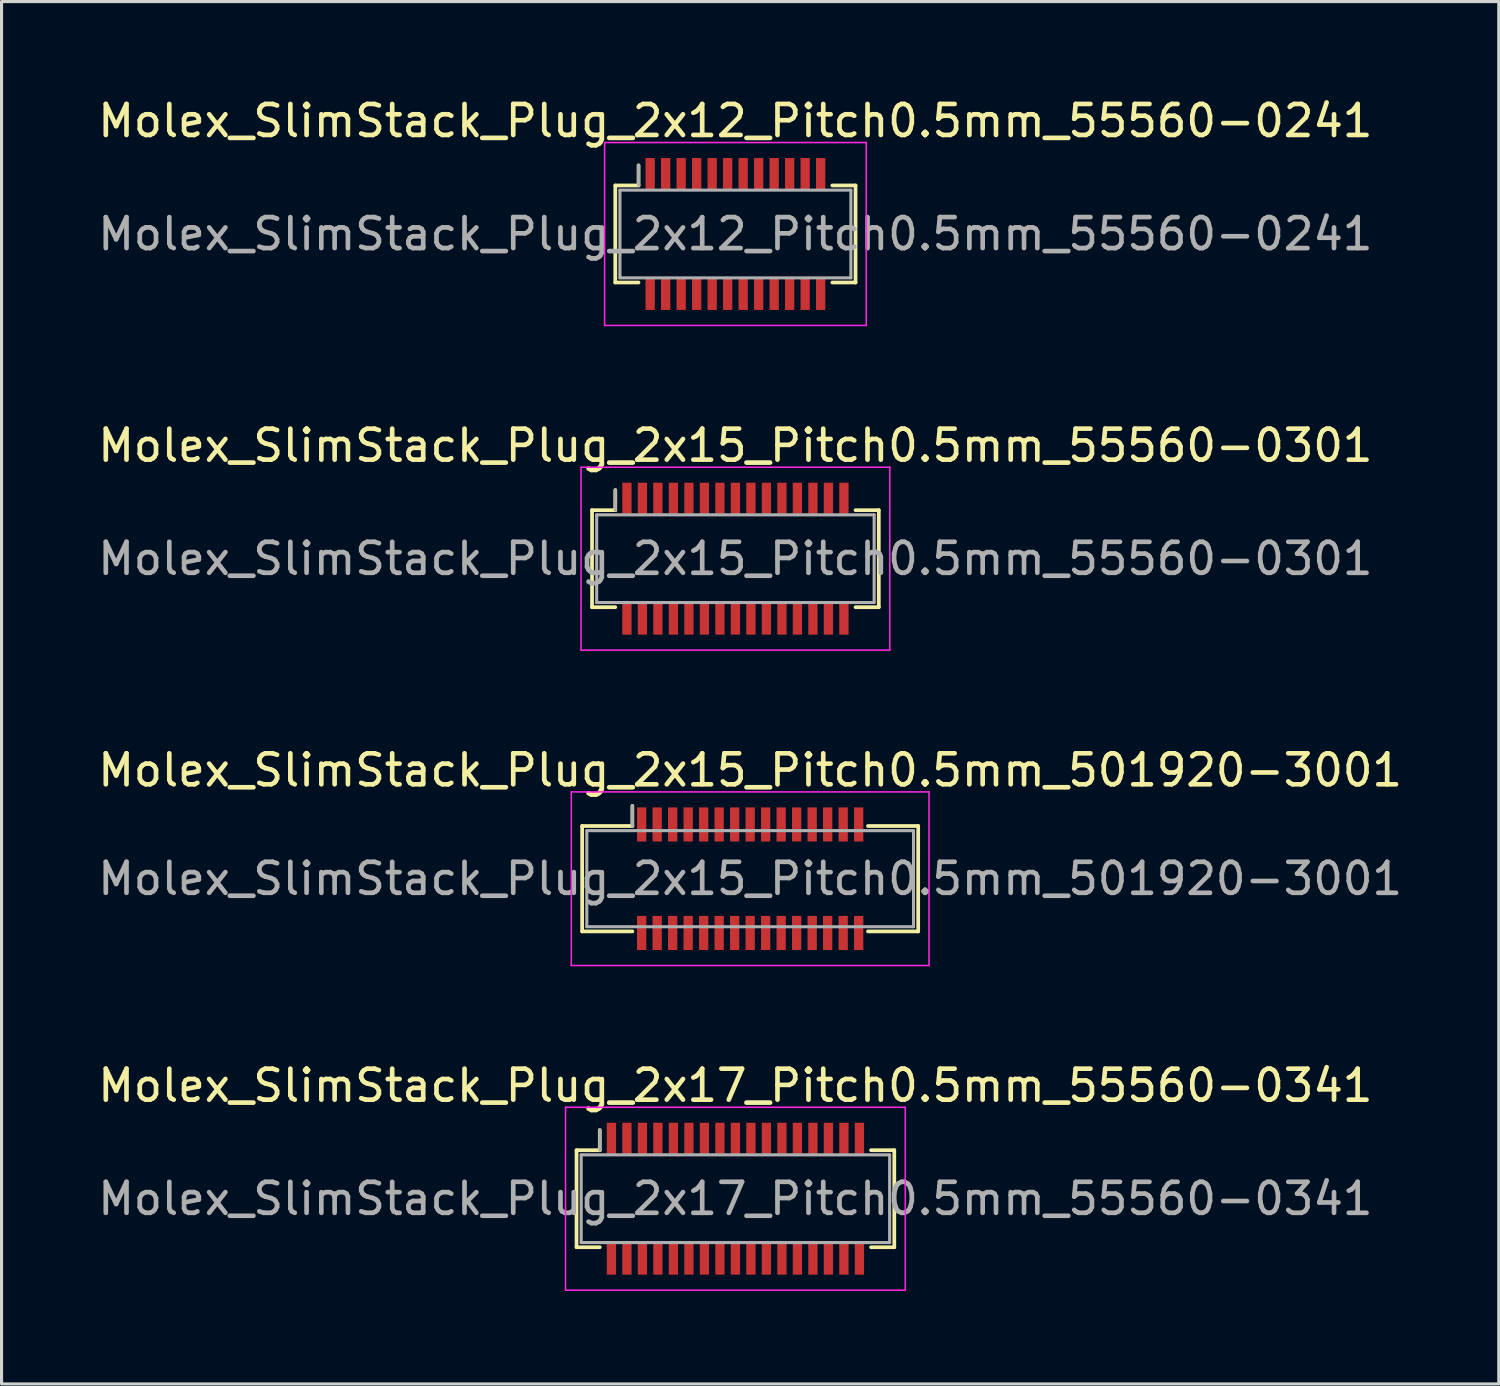
<source format=kicad_pcb>
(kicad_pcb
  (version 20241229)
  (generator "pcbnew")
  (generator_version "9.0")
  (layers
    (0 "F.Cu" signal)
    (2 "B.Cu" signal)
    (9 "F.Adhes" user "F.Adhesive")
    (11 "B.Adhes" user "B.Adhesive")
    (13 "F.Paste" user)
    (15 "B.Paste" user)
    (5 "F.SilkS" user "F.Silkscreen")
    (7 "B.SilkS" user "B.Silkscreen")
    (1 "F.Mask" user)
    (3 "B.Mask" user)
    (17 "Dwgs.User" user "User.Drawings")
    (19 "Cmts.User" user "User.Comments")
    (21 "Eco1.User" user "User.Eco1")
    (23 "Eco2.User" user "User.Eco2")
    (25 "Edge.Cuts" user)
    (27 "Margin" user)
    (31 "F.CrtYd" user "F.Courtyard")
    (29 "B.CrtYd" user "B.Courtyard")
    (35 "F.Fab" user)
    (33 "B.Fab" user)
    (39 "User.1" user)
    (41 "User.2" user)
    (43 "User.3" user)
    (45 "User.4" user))
  (footprint "Molex_SlimStack_Plug_2x17_Pitch0.5mm_55560-0341"
    (layer "F.Cu")
    (at 20.673 35.618)
    (property "Reference" "Molex_SlimStack_Plug_2x17_Pitch0.5mm_55560-0341" (at 0 -3.65 0) (layer "F.SilkS") (effects (font (size 1 1) (thickness 0.15))))
    (attr smd)
    (fp_line (start -5.125 -1.565) (end -4.375 -1.565) (stroke (width 0.12) (type solid)) (layer "F.SilkS"))
    (fp_line (start -5.125 1.565) (end -5.125 -1.565) (stroke (width 0.12) (type solid)) (layer "F.SilkS"))
    (fp_line (start -4.375 -1.565) (end -4.375 -2.215) (stroke (width 0.12) (type solid)) (layer "F.SilkS"))
    (fp_line (start -4.375 1.565) (end -5.125 1.565) (stroke (width 0.12) (type solid)) (layer "F.SilkS"))
    (fp_line (start 4.375 1.565) (end 5.125 1.565) (stroke (width 0.12) (type solid)) (layer "F.SilkS"))
    (fp_line (start 5.125 -1.565) (end 4.375 -1.565) (stroke (width 0.12) (type solid)) (layer "F.SilkS"))
    (fp_line (start 5.125 1.565) (end 5.125 -1.565) (stroke (width 0.12) (type solid)) (layer "F.SilkS"))
    (fp_line (start -5.48 -2.95) (end -5.48 2.95) (stroke (width 0.05) (type solid)) (layer "F.CrtYd"))
    (fp_line (start -5.48 2.95) (end 5.48 2.95) (stroke (width 0.05) (type solid)) (layer "F.CrtYd"))
    (fp_line (start 5.48 -2.95) (end -5.48 -2.95) (stroke (width 0.05) (type solid)) (layer "F.CrtYd"))
    (fp_line (start 5.48 2.95) (end 5.48 -2.95) (stroke (width 0.05) (type solid)) (layer "F.CrtYd"))
    (fp_line (start -4.975 -1.415) (end -4.975 1.415) (stroke (width 0.1) (type solid)) (layer "F.Fab"))
    (fp_line (start -4.975 1.415) (end 4.975 1.415) (stroke (width 0.1) (type solid)) (layer "F.Fab"))
    (fp_line (start -4.375 -1.565) (end -4.375 -2.215) (stroke (width 0.1) (type solid)) (layer "F.Fab"))
    (fp_line (start 4.975 -1.415) (end -4.975 -1.415) (stroke (width 0.1) (type solid)) (layer "F.Fab"))
    (fp_line (start 4.975 1.415) (end 4.975 -1.415) (stroke (width 0.1) (type solid)) (layer "F.Fab"))
    (fp_text user "${REFERENCE}" (at 0 0 0) (layer "F.Fab") (effects (font (size 1 1) (thickness 0.15))))
    (pad "1" smd rect (at -4 -1.95) (size 0.3 1) (layers "F.Cu" "F.Mask" "F.Paste"))
    (pad "2" smd rect (at -4 1.95) (size 0.3 1) (layers "F.Cu" "F.Mask" "F.Paste"))
    (pad "3" smd rect (at -3.5 -1.95) (size 0.3 1) (layers "F.Cu" "F.Mask" "F.Paste"))
    (pad "4" smd rect (at -3.5 1.95) (size 0.3 1) (layers "F.Cu" "F.Mask" "F.Paste"))
    (pad "5" smd rect (at -3 -1.95) (size 0.3 1) (layers "F.Cu" "F.Mask" "F.Paste"))
    (pad "6" smd rect (at -3 1.95) (size 0.3 1) (layers "F.Cu" "F.Mask" "F.Paste"))
    (pad "7" smd rect (at -2.5 -1.95) (size 0.3 1) (layers "F.Cu" "F.Mask" "F.Paste"))
    (pad "8" smd rect (at -2.5 1.95) (size 0.3 1) (layers "F.Cu" "F.Mask" "F.Paste"))
    (pad "9" smd rect (at -2 -1.95) (size 0.3 1) (layers "F.Cu" "F.Mask" "F.Paste"))
    (pad "10" smd rect (at -2 1.95) (size 0.3 1) (layers "F.Cu" "F.Mask" "F.Paste"))
    (pad "11" smd rect (at -1.5 -1.95) (size 0.3 1) (layers "F.Cu" "F.Mask" "F.Paste"))
    (pad "12" smd rect (at -1.5 1.95) (size 0.3 1) (layers "F.Cu" "F.Mask" "F.Paste"))
    (pad "13" smd rect (at -1 -1.95) (size 0.3 1) (layers "F.Cu" "F.Mask" "F.Paste"))
    (pad "14" smd rect (at -1 1.95) (size 0.3 1) (layers "F.Cu" "F.Mask" "F.Paste"))
    (pad "15" smd rect (at -0.5 -1.95) (size 0.3 1) (layers "F.Cu" "F.Mask" "F.Paste"))
    (pad "16" smd rect (at -0.5 1.95) (size 0.3 1) (layers "F.Cu" "F.Mask" "F.Paste"))
    (pad "17" smd rect (at 0 -1.95) (size 0.3 1) (layers "F.Cu" "F.Mask" "F.Paste"))
    (pad "18" smd rect (at 0 1.95) (size 0.3 1) (layers "F.Cu" "F.Mask" "F.Paste"))
    (pad "19" smd rect (at 0.5 -1.95) (size 0.3 1) (layers "F.Cu" "F.Mask" "F.Paste"))
    (pad "20" smd rect (at 0.5 1.95) (size 0.3 1) (layers "F.Cu" "F.Mask" "F.Paste"))
    (pad "21" smd rect (at 1 -1.95) (size 0.3 1) (layers "F.Cu" "F.Mask" "F.Paste"))
    (pad "22" smd rect (at 1 1.95) (size 0.3 1) (layers "F.Cu" "F.Mask" "F.Paste"))
    (pad "23" smd rect (at 1.5 -1.95) (size 0.3 1) (layers "F.Cu" "F.Mask" "F.Paste"))
    (pad "24" smd rect (at 1.5 1.95) (size 0.3 1) (layers "F.Cu" "F.Mask" "F.Paste"))
    (pad "25" smd rect (at 2 -1.95) (size 0.3 1) (layers "F.Cu" "F.Mask" "F.Paste"))
    (pad "26" smd rect (at 2 1.95) (size 0.3 1) (layers "F.Cu" "F.Mask" "F.Paste"))
    (pad "27" smd rect (at 2.5 -1.95) (size 0.3 1) (layers "F.Cu" "F.Mask" "F.Paste"))
    (pad "28" smd rect (at 2.5 1.95) (size 0.3 1) (layers "F.Cu" "F.Mask" "F.Paste"))
    (pad "29" smd rect (at 3 -1.95) (size 0.3 1) (layers "F.Cu" "F.Mask" "F.Paste"))
    (pad "30" smd rect (at 3 1.95) (size 0.3 1) (layers "F.Cu" "F.Mask" "F.Paste"))
    (pad "31" smd rect (at 3.5 -1.95) (size 0.3 1) (layers "F.Cu" "F.Mask" "F.Paste"))
    (pad "32" smd rect (at 3.5 1.95) (size 0.3 1) (layers "F.Cu" "F.Mask" "F.Paste"))
    (pad "33" smd rect (at 4 -1.95) (size 0.3 1) (layers "F.Cu" "F.Mask" "F.Paste"))
    (pad "34" smd rect (at 4 1.95) (size 0.3 1) (layers "F.Cu" "F.Mask" "F.Paste")))
  (footprint "Molex_SlimStack_Plug_2x15_Pitch0.5mm_55560-0301"
    (layer "F.Cu")
    (at 20.673 14.972)
    (property "Reference" "Molex_SlimStack_Plug_2x15_Pitch0.5mm_55560-0301" (at 0 -3.65 0) (layer "F.SilkS") (effects (font (size 1 1) (thickness 0.15))))
    (attr smd)
    (fp_line (start -4.625 -1.565) (end -3.875 -1.565) (stroke (width 0.12) (type solid)) (layer "F.SilkS"))
    (fp_line (start -4.625 1.565) (end -4.625 -1.565) (stroke (width 0.12) (type solid)) (layer "F.SilkS"))
    (fp_line (start -3.875 -1.565) (end -3.875 -2.215) (stroke (width 0.12) (type solid)) (layer "F.SilkS"))
    (fp_line (start -3.875 1.565) (end -4.625 1.565) (stroke (width 0.12) (type solid)) (layer "F.SilkS"))
    (fp_line (start 3.875 1.565) (end 4.625 1.565) (stroke (width 0.12) (type solid)) (layer "F.SilkS"))
    (fp_line (start 4.625 -1.565) (end 3.875 -1.565) (stroke (width 0.12) (type solid)) (layer "F.SilkS"))
    (fp_line (start 4.625 1.565) (end 4.625 -1.565) (stroke (width 0.12) (type solid)) (layer "F.SilkS"))
    (fp_line (start -4.98 -2.95) (end -4.98 2.95) (stroke (width 0.05) (type solid)) (layer "F.CrtYd"))
    (fp_line (start -4.98 2.95) (end 4.98 2.95) (stroke (width 0.05) (type solid)) (layer "F.CrtYd"))
    (fp_line (start 4.98 -2.95) (end -4.98 -2.95) (stroke (width 0.05) (type solid)) (layer "F.CrtYd"))
    (fp_line (start 4.98 2.95) (end 4.98 -2.95) (stroke (width 0.05) (type solid)) (layer "F.CrtYd"))
    (fp_line (start -4.475 -1.415) (end -4.475 1.415) (stroke (width 0.1) (type solid)) (layer "F.Fab"))
    (fp_line (start -4.475 1.415) (end 4.475 1.415) (stroke (width 0.1) (type solid)) (layer "F.Fab"))
    (fp_line (start -3.875 -1.565) (end -3.875 -2.215) (stroke (width 0.1) (type solid)) (layer "F.Fab"))
    (fp_line (start 4.475 -1.415) (end -4.475 -1.415) (stroke (width 0.1) (type solid)) (layer "F.Fab"))
    (fp_line (start 4.475 1.415) (end 4.475 -1.415) (stroke (width 0.1) (type solid)) (layer "F.Fab"))
    (fp_text user "${REFERENCE}" (at 0 0 0) (layer "F.Fab") (effects (font (size 1 1) (thickness 0.15))))
    (pad "1" smd rect (at -3.5 -1.95) (size 0.3 1) (layers "F.Cu" "F.Mask" "F.Paste"))
    (pad "2" smd rect (at -3.5 1.95) (size 0.3 1) (layers "F.Cu" "F.Mask" "F.Paste"))
    (pad "3" smd rect (at -3 -1.95) (size 0.3 1) (layers "F.Cu" "F.Mask" "F.Paste"))
    (pad "4" smd rect (at -3 1.95) (size 0.3 1) (layers "F.Cu" "F.Mask" "F.Paste"))
    (pad "5" smd rect (at -2.5 -1.95) (size 0.3 1) (layers "F.Cu" "F.Mask" "F.Paste"))
    (pad "6" smd rect (at -2.5 1.95) (size 0.3 1) (layers "F.Cu" "F.Mask" "F.Paste"))
    (pad "7" smd rect (at -2 -1.95) (size 0.3 1) (layers "F.Cu" "F.Mask" "F.Paste"))
    (pad "8" smd rect (at -2 1.95) (size 0.3 1) (layers "F.Cu" "F.Mask" "F.Paste"))
    (pad "9" smd rect (at -1.5 -1.95) (size 0.3 1) (layers "F.Cu" "F.Mask" "F.Paste"))
    (pad "10" smd rect (at -1.5 1.95) (size 0.3 1) (layers "F.Cu" "F.Mask" "F.Paste"))
    (pad "11" smd rect (at -1 -1.95) (size 0.3 1) (layers "F.Cu" "F.Mask" "F.Paste"))
    (pad "12" smd rect (at -1 1.95) (size 0.3 1) (layers "F.Cu" "F.Mask" "F.Paste"))
    (pad "13" smd rect (at -0.5 -1.95) (size 0.3 1) (layers "F.Cu" "F.Mask" "F.Paste"))
    (pad "14" smd rect (at -0.5 1.95) (size 0.3 1) (layers "F.Cu" "F.Mask" "F.Paste"))
    (pad "15" smd rect (at 0 -1.95) (size 0.3 1) (layers "F.Cu" "F.Mask" "F.Paste"))
    (pad "16" smd rect (at 0 1.95) (size 0.3 1) (layers "F.Cu" "F.Mask" "F.Paste"))
    (pad "17" smd rect (at 0.5 -1.95) (size 0.3 1) (layers "F.Cu" "F.Mask" "F.Paste"))
    (pad "18" smd rect (at 0.5 1.95) (size 0.3 1) (layers "F.Cu" "F.Mask" "F.Paste"))
    (pad "19" smd rect (at 1 -1.95) (size 0.3 1) (layers "F.Cu" "F.Mask" "F.Paste"))
    (pad "20" smd rect (at 1 1.95) (size 0.3 1) (layers "F.Cu" "F.Mask" "F.Paste"))
    (pad "21" smd rect (at 1.5 -1.95) (size 0.3 1) (layers "F.Cu" "F.Mask" "F.Paste"))
    (pad "22" smd rect (at 1.5 1.95) (size 0.3 1) (layers "F.Cu" "F.Mask" "F.Paste"))
    (pad "23" smd rect (at 2 -1.95) (size 0.3 1) (layers "F.Cu" "F.Mask" "F.Paste"))
    (pad "24" smd rect (at 2 1.95) (size 0.3 1) (layers "F.Cu" "F.Mask" "F.Paste"))
    (pad "25" smd rect (at 2.5 -1.95) (size 0.3 1) (layers "F.Cu" "F.Mask" "F.Paste"))
    (pad "26" smd rect (at 2.5 1.95) (size 0.3 1) (layers "F.Cu" "F.Mask" "F.Paste"))
    (pad "27" smd rect (at 3 -1.95) (size 0.3 1) (layers "F.Cu" "F.Mask" "F.Paste"))
    (pad "28" smd rect (at 3 1.95) (size 0.3 1) (layers "F.Cu" "F.Mask" "F.Paste"))
    (pad "29" smd rect (at 3.5 -1.95) (size 0.3 1) (layers "F.Cu" "F.Mask" "F.Paste"))
    (pad "30" smd rect (at 3.5 1.95) (size 0.3 1) (layers "F.Cu" "F.Mask" "F.Paste")))
  (footprint "Molex_SlimStack_Plug_2x12_Pitch0.5mm_55560-0241"
    (layer "F.Cu")
    (at 20.673 4.498)
    (property "Reference" "Molex_SlimStack_Plug_2x12_Pitch0.5mm_55560-0241" (at 0 -3.65 0) (layer "F.SilkS") (effects (font (size 1 1) (thickness 0.15))))
    (attr smd)
    (fp_line (start -3.875 -1.565) (end -3.125 -1.565) (stroke (width 0.12) (type solid)) (layer "F.SilkS"))
    (fp_line (start -3.875 1.565) (end -3.875 -1.565) (stroke (width 0.12) (type solid)) (layer "F.SilkS"))
    (fp_line (start -3.125 -1.565) (end -3.125 -2.215) (stroke (width 0.12) (type solid)) (layer "F.SilkS"))
    (fp_line (start -3.125 1.565) (end -3.875 1.565) (stroke (width 0.12) (type solid)) (layer "F.SilkS"))
    (fp_line (start 3.125 1.565) (end 3.875 1.565) (stroke (width 0.12) (type solid)) (layer "F.SilkS"))
    (fp_line (start 3.875 -1.565) (end 3.125 -1.565) (stroke (width 0.12) (type solid)) (layer "F.SilkS"))
    (fp_line (start 3.875 1.565) (end 3.875 -1.565) (stroke (width 0.12) (type solid)) (layer "F.SilkS"))
    (fp_line (start -4.22 -2.95) (end -4.22 2.95) (stroke (width 0.05) (type solid)) (layer "F.CrtYd"))
    (fp_line (start -4.22 2.95) (end 4.22 2.95) (stroke (width 0.05) (type solid)) (layer "F.CrtYd"))
    (fp_line (start 4.22 -2.95) (end -4.22 -2.95) (stroke (width 0.05) (type solid)) (layer "F.CrtYd"))
    (fp_line (start 4.22 2.95) (end 4.22 -2.95) (stroke (width 0.05) (type solid)) (layer "F.CrtYd"))
    (fp_line (start -3.725 -1.415) (end -3.725 1.415) (stroke (width 0.1) (type solid)) (layer "F.Fab"))
    (fp_line (start -3.725 1.415) (end 3.725 1.415) (stroke (width 0.1) (type solid)) (layer "F.Fab"))
    (fp_line (start -3.125 -1.565) (end -3.125 -2.215) (stroke (width 0.1) (type solid)) (layer "F.Fab"))
    (fp_line (start 3.725 -1.415) (end -3.725 -1.415) (stroke (width 0.1) (type solid)) (layer "F.Fab"))
    (fp_line (start 3.725 1.415) (end 3.725 -1.415) (stroke (width 0.1) (type solid)) (layer "F.Fab"))
    (fp_text user "${REFERENCE}" (at 0 0 0) (layer "F.Fab") (effects (font (size 1 1) (thickness 0.15))))
    (pad "1" smd rect (at -2.75 -1.95) (size 0.3 1) (layers "F.Cu" "F.Mask" "F.Paste"))
    (pad "2" smd rect (at -2.75 1.95) (size 0.3 1) (layers "F.Cu" "F.Mask" "F.Paste"))
    (pad "3" smd rect (at -2.25 -1.95) (size 0.3 1) (layers "F.Cu" "F.Mask" "F.Paste"))
    (pad "4" smd rect (at -2.25 1.95) (size 0.3 1) (layers "F.Cu" "F.Mask" "F.Paste"))
    (pad "5" smd rect (at -1.75 -1.95) (size 0.3 1) (layers "F.Cu" "F.Mask" "F.Paste"))
    (pad "6" smd rect (at -1.75 1.95) (size 0.3 1) (layers "F.Cu" "F.Mask" "F.Paste"))
    (pad "7" smd rect (at -1.25 -1.95) (size 0.3 1) (layers "F.Cu" "F.Mask" "F.Paste"))
    (pad "8" smd rect (at -1.25 1.95) (size 0.3 1) (layers "F.Cu" "F.Mask" "F.Paste"))
    (pad "9" smd rect (at -0.75 -1.95) (size 0.3 1) (layers "F.Cu" "F.Mask" "F.Paste"))
    (pad "10" smd rect (at -0.75 1.95) (size 0.3 1) (layers "F.Cu" "F.Mask" "F.Paste"))
    (pad "11" smd rect (at -0.25 -1.95) (size 0.3 1) (layers "F.Cu" "F.Mask" "F.Paste"))
    (pad "12" smd rect (at -0.25 1.95) (size 0.3 1) (layers "F.Cu" "F.Mask" "F.Paste"))
    (pad "13" smd rect (at 0.25 -1.95) (size 0.3 1) (layers "F.Cu" "F.Mask" "F.Paste"))
    (pad "14" smd rect (at 0.25 1.95) (size 0.3 1) (layers "F.Cu" "F.Mask" "F.Paste"))
    (pad "15" smd rect (at 0.75 -1.95) (size 0.3 1) (layers "F.Cu" "F.Mask" "F.Paste"))
    (pad "16" smd rect (at 0.75 1.95) (size 0.3 1) (layers "F.Cu" "F.Mask" "F.Paste"))
    (pad "17" smd rect (at 1.25 -1.95) (size 0.3 1) (layers "F.Cu" "F.Mask" "F.Paste"))
    (pad "18" smd rect (at 1.25 1.95) (size 0.3 1) (layers "F.Cu" "F.Mask" "F.Paste"))
    (pad "19" smd rect (at 1.75 -1.95) (size 0.3 1) (layers "F.Cu" "F.Mask" "F.Paste"))
    (pad "20" smd rect (at 1.75 1.95) (size 0.3 1) (layers "F.Cu" "F.Mask" "F.Paste"))
    (pad "21" smd rect (at 2.25 -1.95) (size 0.3 1) (layers "F.Cu" "F.Mask" "F.Paste"))
    (pad "22" smd rect (at 2.25 1.95) (size 0.3 1) (layers "F.Cu" "F.Mask" "F.Paste"))
    (pad "23" smd rect (at 2.75 -1.95) (size 0.3 1) (layers "F.Cu" "F.Mask" "F.Paste"))
    (pad "24" smd rect (at 2.75 1.95) (size 0.3 1) (layers "F.Cu" "F.Mask" "F.Paste")))
  (footprint "Molex_SlimStack_Plug_2x15_Pitch0.5mm_501920-3001"
    (layer "F.Cu")
    (at 21.149 25.295)
    (property "Reference" "Molex_SlimStack_Plug_2x15_Pitch0.5mm_501920-3001" (at 0 -3.5 0) (layer "F.SilkS") (effects (font (size 1 1) (thickness 0.15))))
    (attr smd)
    (fp_line (start -5.42 -1.7) (end -3.8 -1.7) (stroke (width 0.12) (type solid)) (layer "F.SilkS"))
    (fp_line (start -5.42 1.7) (end -5.42 -1.7) (stroke (width 0.12) (type solid)) (layer "F.SilkS"))
    (fp_line (start -3.8 -1.7) (end -3.8 -2.35) (stroke (width 0.12) (type solid)) (layer "F.SilkS"))
    (fp_line (start -3.8 1.7) (end -5.42 1.7) (stroke (width 0.12) (type solid)) (layer "F.SilkS"))
    (fp_line (start 3.8 1.7) (end 5.42 1.7) (stroke (width 0.12) (type solid)) (layer "F.SilkS"))
    (fp_line (start 5.42 -1.7) (end 3.8 -1.7) (stroke (width 0.12) (type solid)) (layer "F.SilkS"))
    (fp_line (start 5.42 1.7) (end 5.42 -1.7) (stroke (width 0.12) (type solid)) (layer "F.SilkS"))
    (fp_line (start -5.77 -2.8) (end -5.77 2.8) (stroke (width 0.05) (type solid)) (layer "F.CrtYd"))
    (fp_line (start -5.77 2.8) (end 5.77 2.8) (stroke (width 0.05) (type solid)) (layer "F.CrtYd"))
    (fp_line (start 5.77 -2.8) (end -5.77 -2.8) (stroke (width 0.05) (type solid)) (layer "F.CrtYd"))
    (fp_line (start 5.77 2.8) (end 5.77 -2.8) (stroke (width 0.05) (type solid)) (layer "F.CrtYd"))
    (fp_line (start -5.27 -1.55) (end -5.27 1.55) (stroke (width 0.1) (type solid)) (layer "F.Fab"))
    (fp_line (start -5.27 1.55) (end 5.27 1.55) (stroke (width 0.1) (type solid)) (layer "F.Fab"))
    (fp_line (start -3.8 -1.7) (end -3.8 -2.35) (stroke (width 0.1) (type solid)) (layer "F.Fab"))
    (fp_line (start 5.27 -1.55) (end -5.27 -1.55) (stroke (width 0.1) (type solid)) (layer "F.Fab"))
    (fp_line (start 5.27 1.55) (end 5.27 -1.55) (stroke (width 0.1) (type solid)) (layer "F.Fab"))
    (fp_text user "${REFERENCE}" (at 0 0 0) (layer "F.Fab") (effects (font (size 1 1) (thickness 0.15))))
    (pad "1" smd rect (at -3.5 -1.75) (size 0.3 1.1) (layers "F.Cu" "F.Mask" "F.Paste"))
    (pad "2" smd rect (at -3.5 1.75) (size 0.3 1.1) (layers "F.Cu" "F.Mask" "F.Paste"))
    (pad "3" smd rect (at -3 -1.75) (size 0.3 1.1) (layers "F.Cu" "F.Mask" "F.Paste"))
    (pad "4" smd rect (at -3 1.75) (size 0.3 1.1) (layers "F.Cu" "F.Mask" "F.Paste"))
    (pad "5" smd rect (at -2.5 -1.75) (size 0.3 1.1) (layers "F.Cu" "F.Mask" "F.Paste"))
    (pad "6" smd rect (at -2.5 1.75) (size 0.3 1.1) (layers "F.Cu" "F.Mask" "F.Paste"))
    (pad "7" smd rect (at -2 -1.75) (size 0.3 1.1) (layers "F.Cu" "F.Mask" "F.Paste"))
    (pad "8" smd rect (at -2 1.75) (size 0.3 1.1) (layers "F.Cu" "F.Mask" "F.Paste"))
    (pad "9" smd rect (at -1.5 -1.75) (size 0.3 1.1) (layers "F.Cu" "F.Mask" "F.Paste"))
    (pad "10" smd rect (at -1.5 1.75) (size 0.3 1.1) (layers "F.Cu" "F.Mask" "F.Paste"))
    (pad "11" smd rect (at -1 -1.75) (size 0.3 1.1) (layers "F.Cu" "F.Mask" "F.Paste"))
    (pad "12" smd rect (at -1 1.75) (size 0.3 1.1) (layers "F.Cu" "F.Mask" "F.Paste"))
    (pad "13" smd rect (at -0.5 -1.75) (size 0.3 1.1) (layers "F.Cu" "F.Mask" "F.Paste"))
    (pad "14" smd rect (at -0.5 1.75) (size 0.3 1.1) (layers "F.Cu" "F.Mask" "F.Paste"))
    (pad "15" smd rect (at 0 -1.75) (size 0.3 1.1) (layers "F.Cu" "F.Mask" "F.Paste"))
    (pad "16" smd rect (at 0 1.75) (size 0.3 1.1) (layers "F.Cu" "F.Mask" "F.Paste"))
    (pad "17" smd rect (at 0.5 -1.75) (size 0.3 1.1) (layers "F.Cu" "F.Mask" "F.Paste"))
    (pad "18" smd rect (at 0.5 1.75) (size 0.3 1.1) (layers "F.Cu" "F.Mask" "F.Paste"))
    (pad "19" smd rect (at 1 -1.75) (size 0.3 1.1) (layers "F.Cu" "F.Mask" "F.Paste"))
    (pad "20" smd rect (at 1 1.75) (size 0.3 1.1) (layers "F.Cu" "F.Mask" "F.Paste"))
    (pad "21" smd rect (at 1.5 -1.75) (size 0.3 1.1) (layers "F.Cu" "F.Mask" "F.Paste"))
    (pad "22" smd rect (at 1.5 1.75) (size 0.3 1.1) (layers "F.Cu" "F.Mask" "F.Paste"))
    (pad "23" smd rect (at 2 -1.75) (size 0.3 1.1) (layers "F.Cu" "F.Mask" "F.Paste"))
    (pad "24" smd rect (at 2 1.75) (size 0.3 1.1) (layers "F.Cu" "F.Mask" "F.Paste"))
    (pad "25" smd rect (at 2.5 -1.75) (size 0.3 1.1) (layers "F.Cu" "F.Mask" "F.Paste"))
    (pad "26" smd rect (at 2.5 1.75) (size 0.3 1.1) (layers "F.Cu" "F.Mask" "F.Paste"))
    (pad "27" smd rect (at 3 -1.75) (size 0.3 1.1) (layers "F.Cu" "F.Mask" "F.Paste"))
    (pad "28" smd rect (at 3 1.75) (size 0.3 1.1) (layers "F.Cu" "F.Mask" "F.Paste"))
    (pad "29" smd rect (at 3.5 -1.75) (size 0.3 1.1) (layers "F.Cu" "F.Mask" "F.Paste"))
    (pad "30" smd rect (at 3.5 1.75) (size 0.3 1.1) (layers "F.Cu" "F.Mask" "F.Paste")))
  (gr_rect
    (start -3 -3)
    (end 45.298 41.593)
    (stroke (width 0.1) (type default))
    (fill no)
    (layer "Edge.Cuts")))
</source>
